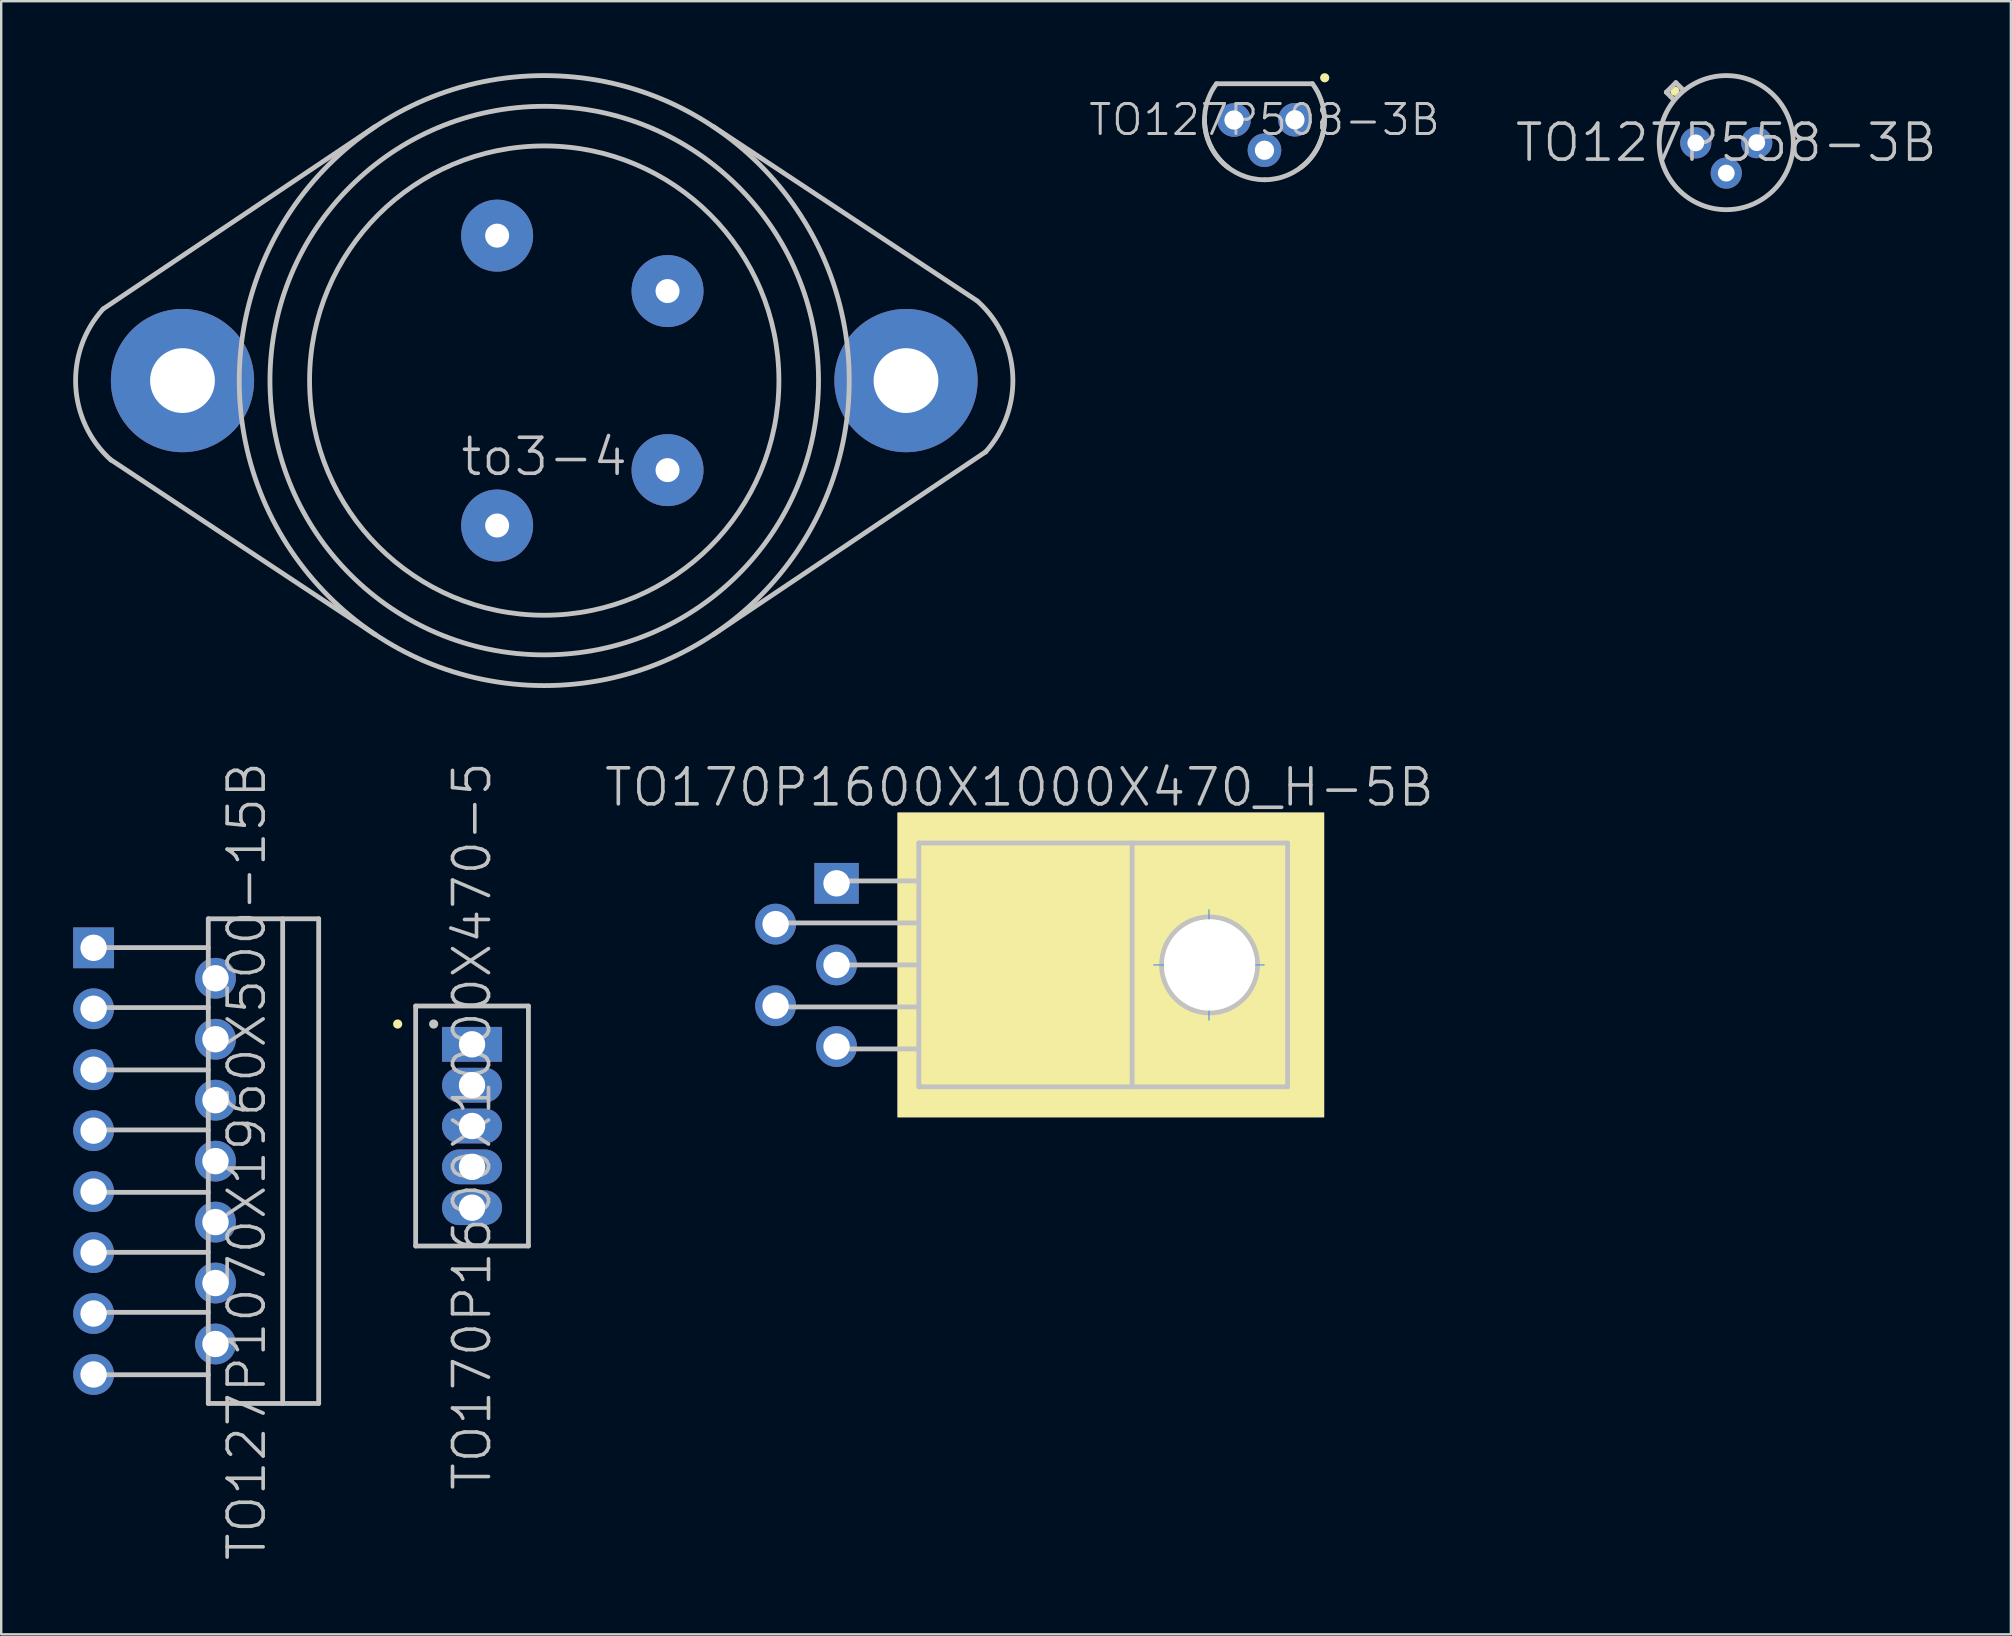
<source format=kicad_pcb>
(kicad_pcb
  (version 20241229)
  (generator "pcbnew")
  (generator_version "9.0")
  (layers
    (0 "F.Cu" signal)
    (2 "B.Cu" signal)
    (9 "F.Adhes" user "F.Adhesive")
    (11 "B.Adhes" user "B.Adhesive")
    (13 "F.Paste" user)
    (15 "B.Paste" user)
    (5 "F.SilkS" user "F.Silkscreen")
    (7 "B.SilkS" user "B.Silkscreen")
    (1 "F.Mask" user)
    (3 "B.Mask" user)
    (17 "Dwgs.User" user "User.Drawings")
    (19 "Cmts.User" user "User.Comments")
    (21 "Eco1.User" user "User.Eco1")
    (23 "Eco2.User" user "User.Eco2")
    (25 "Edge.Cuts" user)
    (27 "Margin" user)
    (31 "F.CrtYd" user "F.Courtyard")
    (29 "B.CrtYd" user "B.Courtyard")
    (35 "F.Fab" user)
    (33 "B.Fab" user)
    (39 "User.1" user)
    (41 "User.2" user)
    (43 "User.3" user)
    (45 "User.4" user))
  (footprint "TO127P558-3B"
    (layer "F.Cu")
    (at 68.888 2.894)
    (property "Reference" "TO127P558-3B" (at 0 0 0) (layer "Dwgs.User") (effects (font (size 1.5 1.5) (thickness 0.15))))
    (attr through_hole)
    (fp_line (start -2.139 -2.141) (end -2.139 -2.141) (stroke (width 0.381) (type solid)) (layer "F.SilkS"))
    (fp_line (start -2.499 -2.101) (end -2.101 -2.499) (stroke (width 0.2) (type solid)) (layer "Dwgs.User"))
    (fp_line (start -2.2 -1.801) (end -2.499 -2.101) (stroke (width 0.2) (type solid)) (layer "Dwgs.User"))
    (fp_line (start -1.801 -2.2) (end -2.101 -2.499) (stroke (width 0.2) (type solid)) (layer "Dwgs.User"))
    (fp_circle (center 0 0) (end 2.794 0) (stroke (width 0.2) (type solid)) (fill no) (layer "Dwgs.User"))
    (pad "1" thru_hole circle (at -1.27 0.01) (size 1.3 1.3) (drill 0.7) (layers "*.Cu" "*.Mask"))
    (pad "2" thru_hole circle (at 0 1.27) (size 1.3 1.3) (drill 0.7) (layers "*.Cu" "*.Mask"))
    (pad "3" thru_hole circle (at 1.27 0) (size 1.3 1.3) (drill 0.7) (layers "*.Cu" "*.Mask")))
  (footprint "to3-4"
    (layer "F.Cu")
    (at 19.63 12.81)
    (property "Reference" "to3-4" (at 0 3.175 0) (layer "Dwgs.User") (effects (font (size 1.5 1.5) (thickness 0.15))))
    (attr through_hole)
    (fp_line (start -18.364 -2.997) (end -7.036 -10.592) (stroke (width 0.2) (type solid)) (layer "Dwgs.User"))
    (fp_line (start -18.059 3.302) (end -7.036 10.592) (stroke (width 0.2) (type solid)) (layer "Dwgs.User"))
    (fp_line (start 18.034 -3.327) (end 7.036 -10.592) (stroke (width 0.2) (type solid)) (layer "Dwgs.User"))
    (fp_line (start 18.39 2.972) (end 7.036 10.592) (stroke (width 0.2) (type solid)) (layer "Dwgs.User"))
    (fp_arc (start -18.05432 3.31216) (mid -19.523719 0.235283) (end -18.38706 -2.97942) (stroke (width 0.2) (type solid)) (layer "Dwgs.User"))
    (fp_arc (start 18.05432 -3.31216) (mid 19.523719 -0.235283) (end 18.38706 2.97942) (stroke (width 0.2) (type solid)) (layer "Dwgs.User"))
    (fp_circle (center 0 0) (end -12.7 0.508) (stroke (width 0.2) (type solid)) (fill no) (layer "Dwgs.User"))
    (fp_circle (center 0 0) (end -11.43 0) (stroke (width 0.2) (type solid)) (fill no) (layer "Dwgs.User"))
    (fp_circle (center 0 0) (end -9.779 0) (stroke (width 0.2) (type solid)) (fill no) (layer "Dwgs.User"))
    (pad "1" thru_hole circle (at -1.963 6.04) (size 3 3) (drill 1.001) (layers "*.Cu" "*.Mask"))
    (pad "2" thru_hole circle (at 5.138 3.731) (size 3 3) (drill 1.001) (layers "*.Cu" "*.Mask"))
    (pad "3" thru_hole circle (at 5.138 -3.731) (size 3 3) (drill 1.001) (layers "*.Cu" "*.Mask"))
    (pad "4" thru_hole circle (at -1.963 -6.04) (size 3 3) (drill 1.001) (layers "*.Cu" "*.Mask"))
    (pad "5" thru_hole circle (at -15.075 0) (size 5.969 5.969) (drill 2.7) (layers "*.Cu" "*.Mask"))
    (pad "5" thru_hole circle (at 15.075 0) (size 5.969 5.969) (drill 2.7) (layers "*.Cu" "*.Mask")))
  (footprint "TO170P1600X1000X470-5"
    (layer "F.Cu")
    (at 16.621 43.874)
    (property "Reference" "TO170P1600X1000X470-5" (at 0 0 270) (layer "Dwgs.User") (effects (font (size 1.5 1.5) (thickness 0.15))))
    (attr through_hole)
    (fp_line (start -3.1 -4.25) (end -3.1 -4.25) (stroke (width 0.381) (type solid)) (layer "F.SilkS"))
    (fp_line (start -2.35 -5) (end -2.35 5) (stroke (width 0.2) (type solid)) (layer "Dwgs.User"))
    (fp_line (start -2.35 -5) (end 2.35 -5) (stroke (width 0.2) (type solid)) (layer "Dwgs.User"))
    (fp_line (start -2.35 5) (end 2.35 5) (stroke (width 0.2) (type solid)) (layer "Dwgs.User"))
    (fp_line (start -1.6 -4.25) (end -1.6 -4.25) (stroke (width 0.381) (type solid)) (layer "Dwgs.User"))
    (fp_line (start 2.35 -5) (end 2.35 5) (stroke (width 0.2) (type solid)) (layer "Dwgs.User"))
    (pad "1" thru_hole rect (at 0 -3.404 270) (size 1.45 2.5) (drill 1.1) (layers "*.Cu" "*.Mask"))
    (pad "2" thru_hole oval (at 0 -1.702 270) (size 1.45 2.5) (drill 1.1) (layers "*.Cu" "*.Mask"))
    (pad "3" thru_hole oval (at 0 0 270) (size 1.45 2.5) (drill 1.1) (layers "*.Cu" "*.Mask"))
    (pad "4" thru_hole oval (at 0 1.702 270) (size 1.45 2.5) (drill 1.1) (layers "*.Cu" "*.Mask"))
    (pad "5" thru_hole oval (at 0 3.404 270) (size 1.45 2.5) (drill 1.1) (layers "*.Cu" "*.Mask")))
  (footprint "TO170P1600X1000X470_H-5B"
    (layer "F.Cu")
    (at 39.431 37.161)
    (property "Reference" "TO170P1600X1000X470_H-5B" (at 0 -7.4 180) (layer "Dwgs.User") (effects (font (size 1.5 1.5) (thickness 0.15))))
    (attr through_hole)
    (fp_line (start -10.249 -1.75) (end -4.249 -1.75) (stroke (width 0.2) (type solid)) (layer "Dwgs.User"))
    (fp_line (start -10.249 1.75) (end -4.249 1.75) (stroke (width 0.2) (type solid)) (layer "Dwgs.User"))
    (fp_line (start -7.75 -3.5) (end -4.249 -3.5) (stroke (width 0.2) (type solid)) (layer "Dwgs.User"))
    (fp_line (start -7.75 0) (end -4.249 0) (stroke (width 0.2) (type solid)) (layer "Dwgs.User"))
    (fp_line (start -7.75 3.5) (end -4.249 3.5) (stroke (width 0.2) (type solid)) (layer "Dwgs.User"))
    (fp_line (start -4.191 -5.08) (end -4.191 5.08) (stroke (width 0.2) (type solid)) (layer "Dwgs.User"))
    (fp_line (start -4.191 5.08) (end 11.176 5.08) (stroke (width 0.2) (type solid)) (layer "Dwgs.User"))
    (fp_line (start 4.699 5.08) (end 4.699 -5.08) (stroke (width 0.2) (type solid)) (layer "Dwgs.User"))
    (fp_line (start 11.176 -5.08) (end -4.191 -5.08) (stroke (width 0.2) (type solid)) (layer "Dwgs.User"))
    (fp_line (start 11.176 5.08) (end 11.176 -5.08) (stroke (width 0.2) (type solid)) (layer "Dwgs.User"))
    (fp_circle (center 7.925 0) (end 8.001 -1.999) (stroke (width 0.2) (type solid)) (fill no) (layer "Dwgs.User"))
    (fp_line (start 5.6 0) (end 10.2 0) (stroke (width 0.05) (type solid)) (layer "Cmts.User"))
    (fp_line (start 7.9 -2.3) (end 7.9 2.3) (stroke (width 0.05) (type solid)) (layer "Cmts.User"))
    (pad "" thru_hole rect (at 7.925 0 270) (size 12.7 17.78) (drill 3.8 (offset 0 4.115)) (layers "F.Cu" "F.Mask" "F.SilkS"))
    (pad "1" thru_hole rect (at -7.62 -3.4 90) (size 1.7 1.85) (drill 1.1) (layers "*.Cu" "*.Mask"))
    (pad "2" thru_hole circle (at -10.16 -1.7 270) (size 1.7 1.7) (drill 1.1) (layers "*.Cu" "*.Mask"))
    (pad "3" thru_hole circle (at -7.62 0 270) (size 1.7 1.7) (drill 1.1) (layers "*.Cu" "*.Mask"))
    (pad "4" thru_hole circle (at -10.16 1.7 270) (size 1.7 1.7) (drill 1.1) (layers "*.Cu" "*.Mask"))
    (pad "5" thru_hole circle (at -7.62 3.4 270) (size 1.7 1.7) (drill 1.1) (layers "*.Cu" "*.Mask")))
  (footprint "TO127P1070X1960X500-15B"
    (layer "F.Cu")
    (at 5.93 45.338)
    (property "Reference" "TO127P1070X1960X500-15B" (at 1.3 0 90) (layer "Dwgs.User") (effects (font (size 1.5 1.5) (thickness 0.15))))
    (attr through_hole)
    (fp_line (start -5.1 -8.9) (end -0.3 -8.9) (stroke (width 0.2) (type solid)) (layer "Dwgs.User"))
    (fp_line (start -5.1 -6.4) (end -0.3 -6.4) (stroke (width 0.2) (type solid)) (layer "Dwgs.User"))
    (fp_line (start -5.1 -3.8) (end -0.3 -3.8) (stroke (width 0.2) (type solid)) (layer "Dwgs.User"))
    (fp_line (start -5.1 -1.3) (end -0.3 -1.3) (stroke (width 0.2) (type solid)) (layer "Dwgs.User"))
    (fp_line (start -5.1 1.3) (end -0.3 1.3) (stroke (width 0.2) (type solid)) (layer "Dwgs.User"))
    (fp_line (start -5.1 3.8) (end -0.3 3.8) (stroke (width 0.2) (type solid)) (layer "Dwgs.User"))
    (fp_line (start -5.1 6.3) (end -0.3 6.3) (stroke (width 0.2) (type solid)) (layer "Dwgs.User"))
    (fp_line (start -5.1 8.9) (end -0.3 8.9) (stroke (width 0.2) (type solid)) (layer "Dwgs.User"))
    (fp_line (start -0.3 -10.099) (end -0.3 10.099) (stroke (width 0.2) (type solid)) (layer "Dwgs.User"))
    (fp_line (start -0.3 10.099) (end 4.3 10.099) (stroke (width 0.2) (type solid)) (layer "Dwgs.User"))
    (fp_line (start 2.799 10.099) (end 2.799 -10.099) (stroke (width 0.2) (type solid)) (layer "Dwgs.User"))
    (fp_line (start 4.3 -10.099) (end -0.3 -10.099) (stroke (width 0.2) (type solid)) (layer "Dwgs.User"))
    (fp_line (start 4.3 10.099) (end 4.3 -10.099) (stroke (width 0.2) (type solid)) (layer "Dwgs.User"))
    (pad "1" thru_hole rect (at -5.08 -8.89) (size 1.7 1.7) (drill 1.1) (layers "*.Cu" "*.Mask"))
    (pad "2" thru_hole circle (at 0 -7.62 270) (size 1.7 1.7) (drill 1.1) (layers "*.Cu" "*.Mask"))
    (pad "3" thru_hole circle (at -5.08 -6.35 270) (size 1.7 1.7) (drill 1.1) (layers "*.Cu" "*.Mask"))
    (pad "4" thru_hole circle (at 0 -5.08 270) (size 1.7 1.7) (drill 1.1) (layers "*.Cu" "*.Mask"))
    (pad "5" thru_hole circle (at -5.08 -3.81 270) (size 1.7 1.7) (drill 1.1) (layers "*.Cu" "*.Mask"))
    (pad "6" thru_hole circle (at 0 -2.54 270) (size 1.7 1.7) (drill 1.1) (layers "*.Cu" "*.Mask"))
    (pad "7" thru_hole circle (at -5.08 -1.27 270) (size 1.7 1.7) (drill 1.1) (layers "*.Cu" "*.Mask"))
    (pad "8" thru_hole circle (at 0 0 270) (size 1.7 1.7) (drill 1.1) (layers "*.Cu" "*.Mask"))
    (pad "9" thru_hole circle (at -5.08 1.27 270) (size 1.7 1.7) (drill 1.1) (layers "*.Cu" "*.Mask"))
    (pad "10" thru_hole circle (at 0 2.54 270) (size 1.7 1.7) (drill 1.1) (layers "*.Cu" "*.Mask"))
    (pad "11" thru_hole circle (at -5.08 3.81 270) (size 1.7 1.7) (drill 1.1) (layers "*.Cu" "*.Mask"))
    (pad "12" thru_hole circle (at 0 5.08 270) (size 1.7 1.7) (drill 1.1) (layers "*.Cu" "*.Mask"))
    (pad "13" thru_hole circle (at -5.08 6.35 270) (size 1.7 1.7) (drill 1.1) (layers "*.Cu" "*.Mask"))
    (pad "14" thru_hole circle (at 0 7.62 270) (size 1.7 1.7) (drill 1.1) (layers "*.Cu" "*.Mask"))
    (pad "15" thru_hole circle (at -5.08 8.89 270) (size 1.7 1.7) (drill 1.1) (layers "*.Cu" "*.Mask")))
  (footprint "TO127P508-3B"
    (layer "F.Cu")
    (at 49.644 1.941)
    (property "Reference" "TO127P508-3B" (at 0 0 0) (layer "Dwgs.User") (effects (font (size 1.25 1.25) (thickness 0.125))))
    (attr through_hole)
    (fp_line (start 2.51 -1.75) (end 2.51 -1.75) (stroke (width 0.381) (type solid)) (layer "F.SilkS"))
    (fp_line (start 1.999 -1.501) (end -1.999 -1.501) (stroke (width 0.2) (type solid)) (layer "Dwgs.User"))
    (fp_arc (start -1.50114 1.99898) (mid -2.474959 0.352026) (end -1.99898 -1.50114) (stroke (width 0.2) (type solid)) (layer "Dwgs.User"))
    (fp_arc (start 0 2.49936) (mid -1.767314 1.767314) (end -2.49936 0) (stroke (width 0.2) (type solid)) (layer "Dwgs.User"))
    (fp_arc (start 1.99898 -1.50114) (mid 2.474959 0.352026) (end 1.50114 1.99898) (stroke (width 0.2) (type solid)) (layer "Dwgs.User"))
    (fp_arc (start 2.49936 0) (mid 1.767314 1.767314) (end 0 2.49936) (stroke (width 0.2) (type solid)) (layer "Dwgs.User"))
    (pad "1" thru_hole circle (at 1.27 0) (size 1.4 1.4) (drill 0.8) (layers "*.Cu" "*.Mask"))
    (pad "2" thru_hole circle (at 0 1.27) (size 1.4 1.4) (drill 0.8) (layers "*.Cu" "*.Mask"))
    (pad "3" thru_hole circle (at -1.27 0.01) (size 1.4 1.4) (drill 0.8) (layers "*.Cu" "*.Mask")))
  (gr_rect
    (start -3 -3)
    (end 80.749 65.056)
    (stroke (width 0.1) (type default))
    (fill no)
    (layer "Edge.Cuts")))
</source>
